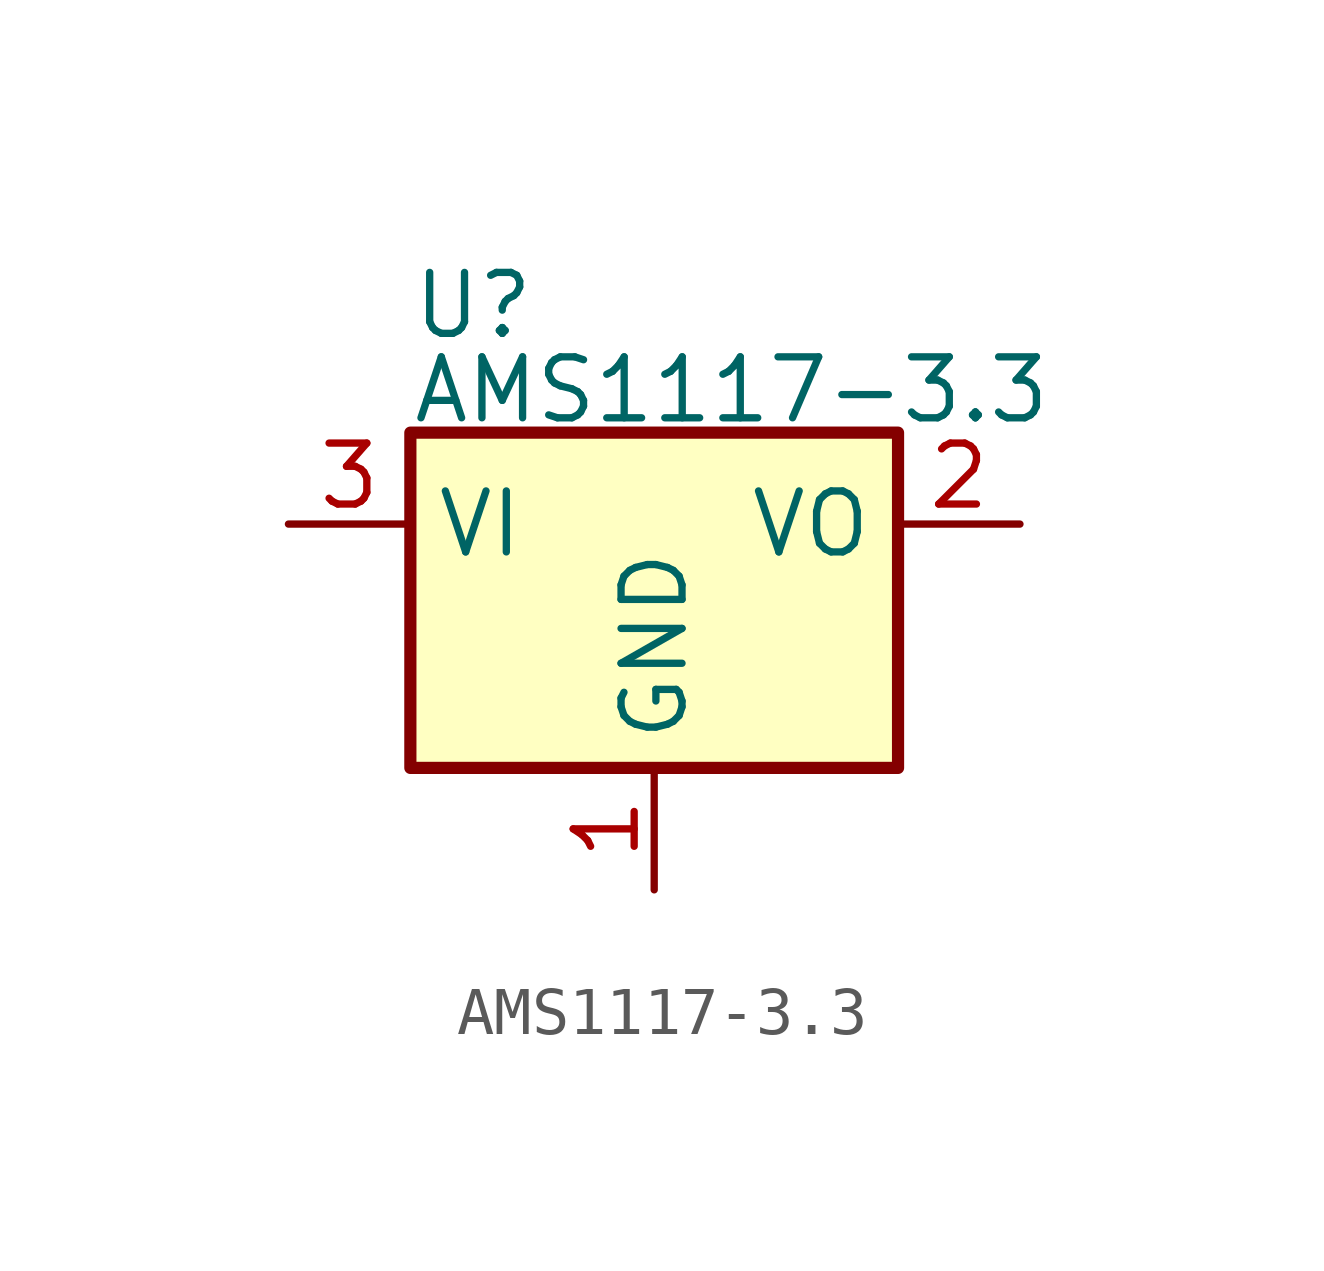
<source format=kicad_sym>
(kicad_symbol_lib
  (version 20241209)
  (generator "kicad_symbol_editor")
  (generator_version "9.0")
  (symbol "AMS1117-3.3"
    (property "Reference" "U"
      (at -5.08 3.81 0)
      (effects (font (size 1.27 1.27)) (justify left bottom)))
    (property "Value" "AMS1117-3.3"
      (at -5.08 2.794 0)
      (effects (font (size 1.27 1.27)) (justify left)))
    (symbol "AMS1117-3.3_0_1"
      (rectangle (start -5.08 1.905) (end 5.08 -5.08) (stroke (width 0.254) (type default)) (fill (type background))))
    (symbol "AMS1117-3.3_1_1"
      (pin power_in line (at -7.62 0 0) (length 2.54) (name "VI" (effects (font (size 1.27 1.27)))) (number "3" (effects (font (size 1.27 1.27)))))
      (pin power_in line (at 0 -7.62 90) (length 2.54) (name "GND" (effects (font (size 1.27 1.27)))) (number "1" (effects (font (size 1.27 1.27)))))
      (pin power_out line (at 7.62 0 180) (length 2.54) (name "VO" (effects (font (size 1.27 1.27)))) (number "2" (effects (font (size 1.27 1.27))))))))
</source>
